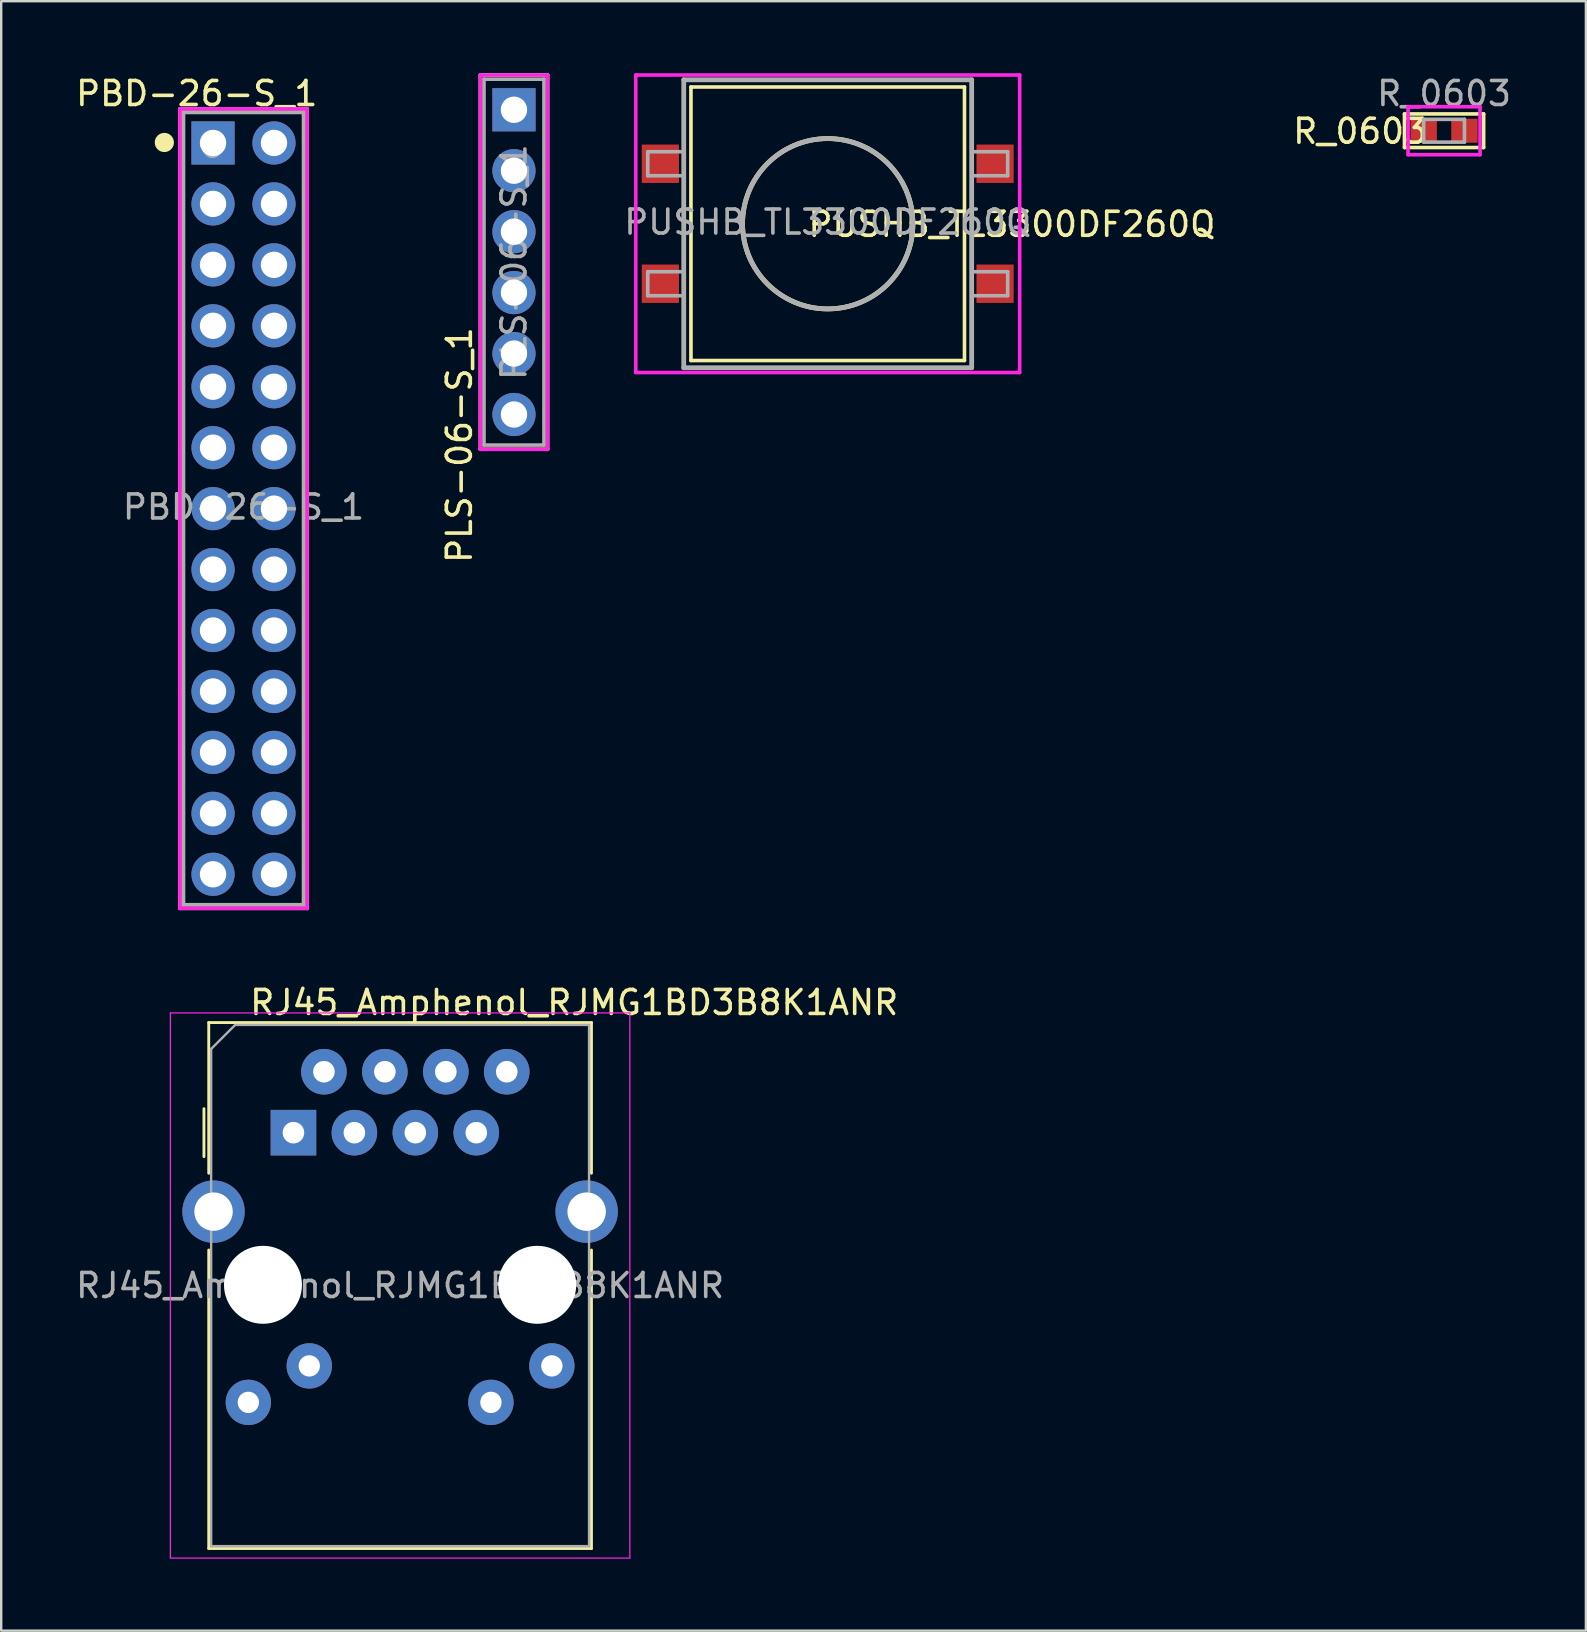
<source format=kicad_pcb>
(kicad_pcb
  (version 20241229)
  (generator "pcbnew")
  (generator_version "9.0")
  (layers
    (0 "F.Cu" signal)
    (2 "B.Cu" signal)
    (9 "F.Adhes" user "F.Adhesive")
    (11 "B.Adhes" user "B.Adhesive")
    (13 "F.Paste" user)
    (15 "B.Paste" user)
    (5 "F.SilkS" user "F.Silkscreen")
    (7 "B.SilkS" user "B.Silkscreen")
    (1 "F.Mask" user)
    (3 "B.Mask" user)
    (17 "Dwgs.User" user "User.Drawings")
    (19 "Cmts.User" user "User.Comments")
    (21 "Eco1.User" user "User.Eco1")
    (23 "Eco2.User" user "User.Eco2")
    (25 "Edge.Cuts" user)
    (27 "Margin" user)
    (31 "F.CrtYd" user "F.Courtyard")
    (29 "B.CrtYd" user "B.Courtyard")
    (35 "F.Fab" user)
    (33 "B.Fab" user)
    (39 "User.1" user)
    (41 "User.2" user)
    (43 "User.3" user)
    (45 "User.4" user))
  (footprint "PUSHB_TL3300DF260Q"
    (layer "F.Cu")
    (at 31.447 6.275)
    (property "Reference" "PUSHB_TL3300DF260Q" (at 7.675 0.025 180) (layer "F.SilkS") (effects (font (size 1 1) (thickness 0.15))))
    (attr through_hole)
    (fp_line (start -5.7 -5.7) (end 5.7 -5.7) (stroke (width 0.15) (type solid)) (layer "F.SilkS"))
    (fp_line (start -5.7 5.7) (end -5.7 -5.7) (stroke (width 0.15) (type solid)) (layer "F.SilkS"))
    (fp_line (start 5.7 -5.7) (end 5.7 5.7) (stroke (width 0.15) (type solid)) (layer "F.SilkS"))
    (fp_line (start 5.7 5.7) (end -5.7 5.7) (stroke (width 0.15) (type solid)) (layer "F.SilkS"))
    (fp_circle (center 0 0) (end 3.55 0) (stroke (width 0.2) (type solid)) (fill no) (layer "F.SilkS"))
    (fp_line (start -8 -6.2) (end 8 -6.2) (stroke (width 0.15) (type solid)) (layer "F.CrtYd"))
    (fp_line (start -8 6.2) (end -8 -6.2) (stroke (width 0.15) (type solid)) (layer "F.CrtYd"))
    (fp_line (start 8 -6.2) (end 8 6.2) (stroke (width 0.15) (type solid)) (layer "F.CrtYd"))
    (fp_line (start 8 6.2) (end -8 6.2) (stroke (width 0.15) (type solid)) (layer "F.CrtYd"))
    (fp_line (start -7.5 -3) (end -6 -3) (stroke (width 0.15) (type solid)) (layer "F.Fab"))
    (fp_line (start -7.5 -2) (end -7.5 -3) (stroke (width 0.15) (type solid)) (layer "F.Fab"))
    (fp_line (start -7.5 -2) (end -6 -2) (stroke (width 0.15) (type solid)) (layer "F.Fab"))
    (fp_line (start -7.5 2) (end -6 2) (stroke (width 0.15) (type solid)) (layer "F.Fab"))
    (fp_line (start -7.5 3) (end -7.5 2) (stroke (width 0.15) (type solid)) (layer "F.Fab"))
    (fp_line (start -7.5 3) (end -6 3) (stroke (width 0.15) (type solid)) (layer "F.Fab"))
    (fp_line (start -6 -6) (end 6 -6) (stroke (width 0.2) (type solid)) (layer "F.Fab"))
    (fp_line (start -6 6) (end -6 -6) (stroke (width 0.2) (type solid)) (layer "F.Fab"))
    (fp_line (start -6 6) (end 6 6) (stroke (width 0.2) (type solid)) (layer "F.Fab"))
    (fp_line (start 6 6) (end 6 -6) (stroke (width 0.2) (type solid)) (layer "F.Fab"))
    (fp_line (start 7.5 -3) (end 6 -3) (stroke (width 0.15) (type solid)) (layer "F.Fab"))
    (fp_line (start 7.5 -3) (end 7.5 -2) (stroke (width 0.15) (type solid)) (layer "F.Fab"))
    (fp_line (start 7.5 -2) (end 6 -2) (stroke (width 0.15) (type solid)) (layer "F.Fab"))
    (fp_line (start 7.5 2) (end 6 2) (stroke (width 0.15) (type solid)) (layer "F.Fab"))
    (fp_line (start 7.5 2) (end 7.5 3) (stroke (width 0.15) (type solid)) (layer "F.Fab"))
    (fp_line (start 7.5 3) (end 6 3) (stroke (width 0.15) (type solid)) (layer "F.Fab"))
    (fp_circle (center 0 0) (end 3.55 0) (stroke (width 0.2) (type solid)) (fill no) (layer "F.Fab"))
    (fp_text user "${REFERENCE}" (at 0 -0.068 180) (layer "F.Fab") (effects (font (size 1 1) (thickness 0.15))))
    (pad "1" smd rect (at -6.975 -2.5) (size 1.55 1.6) (layers "F.Cu" "F.Mask" "F.Paste"))
    (pad "2" smd rect (at 6.975 -2.5) (size 1.55 1.6) (layers "F.Cu" "F.Mask" "F.Paste"))
    (pad "3" smd rect (at -6.975 2.5) (size 1.55 1.6) (layers "F.Cu" "F.Mask" "F.Paste"))
    (pad "4" smd rect (at 6.975 2.5) (size 1.55 1.6) (layers "F.Cu" "F.Mask" "F.Paste")))
  (footprint "R_0603"
    (layer "F.Cu")
    (at 57.134 2.398)
    (property "Reference" "R_0603" (at -3.5 0.025 0) (layer "F.SilkS") (effects (font (size 1 1) (thickness 0.15))))
    (attr through_hole)
    (fp_line (start -1.65 -0.7) (end 1.65 -0.7) (stroke (width 0.15) (type solid)) (layer "F.SilkS"))
    (fp_line (start -1.65 0.7) (end -1.65 -0.7) (stroke (width 0.15) (type solid)) (layer "F.SilkS"))
    (fp_line (start 1.65 -0.7) (end 1.65 0.7) (stroke (width 0.15) (type solid)) (layer "F.SilkS"))
    (fp_line (start 1.65 0.7) (end -1.65 0.7) (stroke (width 0.15) (type solid)) (layer "F.SilkS"))
    (fp_line (start -1.5 -1) (end 1.5 -1) (stroke (width 0.15) (type solid)) (layer "F.CrtYd"))
    (fp_line (start -1.5 1) (end -1.5 -1) (stroke (width 0.15) (type solid)) (layer "F.CrtYd"))
    (fp_line (start 1.5 -1) (end 1.5 1) (stroke (width 0.15) (type solid)) (layer "F.CrtYd"))
    (fp_line (start 1.5 1) (end -1.5 1) (stroke (width 0.15) (type solid)) (layer "F.CrtYd"))
    (fp_line (start -0.85 -0.475) (end 0.85 -0.475) (stroke (width 0.15) (type solid)) (layer "F.Fab"))
    (fp_line (start -0.85 0.475) (end -0.85 -0.475) (stroke (width 0.15) (type solid)) (layer "F.Fab"))
    (fp_line (start 0.85 -0.475) (end 0.85 0.475) (stroke (width 0.15) (type solid)) (layer "F.Fab"))
    (fp_line (start 0.85 0.475) (end -0.85 0.475) (stroke (width 0.15) (type solid)) (layer "F.Fab"))
    (fp_text user "${REFERENCE}" (at 0 -1.55 0) (layer "F.Fab") (effects (font (size 1 1) (thickness 0.15))))
    (pad "1" smd rect (at -0.85 0) (size 1.1 1) (layers "F.Cu" "F.Mask" "F.Paste"))
    (pad "2" smd rect (at 0.85 0) (size 1.1 1) (layers "F.Cu" "F.Mask" "F.Paste")))
  (footprint "PLS-06-S_1"
    (layer "F.Cu")
    (at 18.371 7.875)
    (property "Reference" "PLS-06-S_1" (at -2.275 7.625 270) (layer "F.SilkS") (effects (font (size 1 1) (thickness 0.15))))
    (attr through_hole)
    (fp_line (start -1.4 -7.8) (end 1.4 -7.8) (stroke (width 0.15) (type solid)) (layer "F.SilkS"))
    (fp_line (start -1.4 7.8) (end -1.4 -7.8) (stroke (width 0.15) (type solid)) (layer "F.SilkS"))
    (fp_line (start 1.4 -7.8) (end 1.4 7.8) (stroke (width 0.15) (type solid)) (layer "F.SilkS"))
    (fp_line (start 1.4 7.8) (end -1.4 7.8) (stroke (width 0.15) (type solid)) (layer "F.SilkS"))
    (fp_line (start -1.4 -7.8) (end 1.4 -7.8) (stroke (width 0.15) (type solid)) (layer "F.CrtYd"))
    (fp_line (start -1.4 7.8) (end -1.4 -7.8) (stroke (width 0.15) (type solid)) (layer "F.CrtYd"))
    (fp_line (start 1.4 -7.8) (end 1.4 7.8) (stroke (width 0.15) (type solid)) (layer "F.CrtYd"))
    (fp_line (start 1.4 7.8) (end -1.4 7.8) (stroke (width 0.15) (type solid)) (layer "F.CrtYd"))
    (fp_line (start -1.25 -7.625) (end 1.25 -7.625) (stroke (width 0.15) (type solid)) (layer "F.Fab"))
    (fp_line (start -1.25 7.625) (end -1.25 -7.625) (stroke (width 0.15) (type solid)) (layer "F.Fab"))
    (fp_line (start 1.25 -7.625) (end 1.25 7.625) (stroke (width 0.15) (type solid)) (layer "F.Fab"))
    (fp_line (start 1.25 7.625) (end -1.25 7.625) (stroke (width 0.15) (type solid)) (layer "F.Fab"))
    (fp_circle (center 0 -6.4) (end 0.2 -6.4) (stroke (width 0.4) (type solid)) (fill no) (layer "F.Fab"))
    (fp_text user "${REFERENCE}" (at 0 0 270) (layer "F.Fab") (effects (font (size 1 1) (thickness 0.15))))
    (pad "1" thru_hole rect (at 0 -6.35) (size 1.8 1.8) (drill 1.1) (layers "*.Cu" "*.Mask"))
    (pad "2" thru_hole circle (at 0 -3.81) (size 1.8 1.8) (drill 1.1) (layers "*.Cu" "*.Mask"))
    (pad "3" thru_hole circle (at 0 -1.27) (size 1.8 1.8) (drill 1.1) (layers "*.Cu" "*.Mask"))
    (pad "4" thru_hole circle (at 0 1.27) (size 1.8 1.8) (drill 1.1) (layers "*.Cu" "*.Mask"))
    (pad "5" thru_hole circle (at 0 3.81) (size 1.8 1.8) (drill 1.1) (layers "*.Cu" "*.Mask"))
    (pad "6" thru_hole circle (at 0 6.35) (size 1.8 1.8) (drill 1.1) (layers "*.Cu" "*.Mask")))
  (footprint "RJ45_Amphenol_RJMG1BD3B8K1ANR"
    (layer "F.Cu")
    (at 9.18 44.157)
    (property "Reference" "RJ45_Amphenol_RJMG1BD3B8K1ANR" (at 11.7 -5.425 0) (layer "F.SilkS") (effects (font (size 1 1) (thickness 0.15))))
    (attr through_hole)
    (fp_line (start -3.73 -1) (end -3.73 1) (stroke (width 0.12) (type solid)) (layer "F.SilkS"))
    (fp_line (start -3.53 -4.59) (end 12.42 -4.59) (stroke (width 0.12) (type solid)) (layer "F.SilkS"))
    (fp_line (start -3.53 1.69) (end -3.53 -4.59) (stroke (width 0.12) (type solid)) (layer "F.SilkS"))
    (fp_line (start -3.53 17.33) (end -3.53 4.89) (stroke (width 0.12) (type solid)) (layer "F.SilkS"))
    (fp_line (start 12.42 -4.59) (end 12.42 1.69) (stroke (width 0.12) (type solid)) (layer "F.SilkS"))
    (fp_line (start 12.42 4.89) (end 12.42 17.33) (stroke (width 0.12) (type solid)) (layer "F.SilkS"))
    (fp_line (start 12.42 17.33) (end -3.53 17.33) (stroke (width 0.12) (type solid)) (layer "F.SilkS"))
    (fp_line (start -5.13 -4.99) (end -5.13 17.73) (stroke (width 0.05) (type solid)) (layer "F.CrtYd"))
    (fp_line (start -5.13 17.73) (end 14.02 17.73) (stroke (width 0.05) (type solid)) (layer "F.CrtYd"))
    (fp_line (start 14.02 -4.99) (end -5.13 -4.99) (stroke (width 0.05) (type solid)) (layer "F.CrtYd"))
    (fp_line (start 14.02 17.73) (end 14.02 -4.99) (stroke (width 0.05) (type solid)) (layer "F.CrtYd"))
    (fp_line (start -3.43 -3.49) (end -2.43 -4.49) (stroke (width 0.1) (type solid)) (layer "F.Fab"))
    (fp_line (start -3.43 17.23) (end -3.43 -3.49) (stroke (width 0.1) (type solid)) (layer "F.Fab"))
    (fp_line (start -2.43 -4.49) (end 12.32 -4.49) (stroke (width 0.1) (type solid)) (layer "F.Fab"))
    (fp_line (start 12.32 -4.49) (end 12.32 17.23) (stroke (width 0.1) (type solid)) (layer "F.Fab"))
    (fp_line (start 12.32 17.23) (end -3.43 17.23) (stroke (width 0.1) (type solid)) (layer "F.Fab"))
    (fp_text user "${REFERENCE}" (at 4.445 6.37 0) (layer "F.Fab") (effects (font (size 1 1) (thickness 0.15))))
    (pad "" np_thru_hole circle (at -1.27 6.34) (size 3.25 3.25) (drill 3.25) (layers "*.Cu" "*.Mask"))
    (pad "" np_thru_hole circle (at 10.16 6.34) (size 3.25 3.25) (drill 3.25) (layers "*.Cu" "*.Mask"))
    (pad "13" thru_hole circle (at -3.33 3.29) (size 2.6 2.6) (drill 1.6) (layers "*.Cu" "*.Mask"))
    (pad "13" thru_hole circle (at 12.22 3.29) (size 2.6 2.6) (drill 1.6) (layers "*.Cu" "*.Mask"))
    (pad "L1" thru_hole circle (at 10.77 9.72) (size 1.89 1.89) (drill 0.89) (layers "*.Cu" "*.Mask"))
    (pad "L2" thru_hole circle (at 8.23 11.24) (size 1.89 1.89) (drill 0.89) (layers "*.Cu" "*.Mask"))
    (pad "L3" thru_hole circle (at 0.66 9.72) (size 1.89 1.89) (drill 0.89) (layers "*.Cu" "*.Mask"))
    (pad "L4" thru_hole circle (at -1.88 11.24) (size 1.89 1.89) (drill 0.89) (layers "*.Cu" "*.Mask"))
    (pad "R1" thru_hole rect (at 0 0) (size 1.9 1.9) (drill 0.9) (layers "*.Cu" "*.Mask"))
    (pad "R2" thru_hole circle (at 1.27 -2.54) (size 1.9 1.9) (drill 0.9) (layers "*.Cu" "*.Mask"))
    (pad "R3" thru_hole circle (at 2.54 0) (size 1.9 1.9) (drill 0.9) (layers "*.Cu" "*.Mask"))
    (pad "R4" thru_hole circle (at 3.81 -2.54) (size 1.9 1.9) (drill 0.9) (layers "*.Cu" "*.Mask"))
    (pad "R5" thru_hole circle (at 5.08 0) (size 1.9 1.9) (drill 0.9) (layers "*.Cu" "*.Mask"))
    (pad "R6" thru_hole circle (at 6.35 -2.54) (size 1.9 1.9) (drill 0.9) (layers "*.Cu" "*.Mask"))
    (pad "R7" thru_hole circle (at 7.62 0) (size 1.9 1.9) (drill 0.9) (layers "*.Cu" "*.Mask"))
    (pad "R8" thru_hole circle (at 8.89 -2.54) (size 1.9 1.9) (drill 0.9) (layers "*.Cu" "*.Mask")))
  (footprint "PBD-26-S_1"
    (layer "F.Cu")
    (at 7.099 18.148)
    (property "Reference" "PBD-26-S_1" (at -1.95 -17.3 0) (layer "F.SilkS") (effects (font (size 1 1) (thickness 0.15))))
    (attr through_hole)
    (fp_line (start -2.65 -16.66) (end -2.65 16.66) (stroke (width 0.15) (type solid)) (layer "F.SilkS"))
    (fp_line (start -2.65 16.66) (end 2.65 16.66) (stroke (width 0.15) (type solid)) (layer "F.SilkS"))
    (fp_line (start 2.65 -16.66) (end -2.65 -16.66) (stroke (width 0.15) (type solid)) (layer "F.SilkS"))
    (fp_line (start 2.65 16.66) (end 2.65 -16.66) (stroke (width 0.15) (type solid)) (layer "F.SilkS"))
    (fp_circle (center -3.3 -15.26) (end -3.1 -15.26) (stroke (width 0.4) (type solid)) (fill no) (layer "F.SilkS"))
    (fp_line (start -2.65 -16.66) (end -2.65 16.66) (stroke (width 0.15) (type solid)) (layer "F.CrtYd"))
    (fp_line (start -2.65 16.66) (end 2.65 16.66) (stroke (width 0.15) (type solid)) (layer "F.CrtYd"))
    (fp_line (start 2.65 -16.66) (end -2.65 -16.66) (stroke (width 0.15) (type solid)) (layer "F.CrtYd"))
    (fp_line (start 2.65 16.66) (end 2.65 -16.66) (stroke (width 0.15) (type solid)) (layer "F.CrtYd"))
    (fp_line (start -2.5 -16.51) (end 2.5 -16.51) (stroke (width 0.15) (type solid)) (layer "F.Fab"))
    (fp_line (start -2.5 16.51) (end -2.5 -16.51) (stroke (width 0.15) (type solid)) (layer "F.Fab"))
    (fp_line (start 2.5 -16.51) (end 2.5 16.51) (stroke (width 0.15) (type solid)) (layer "F.Fab"))
    (fp_line (start 2.5 16.51) (end -2.5 16.51) (stroke (width 0.15) (type solid)) (layer "F.Fab"))
    (fp_circle (center -1.3 -15.01) (end -1.1 -15.01) (stroke (width 0.4) (type solid)) (fill no) (layer "F.Fab"))
    (fp_text user "${REFERENCE}" (at 0 -0.068 0) (layer "F.Fab") (effects (font (size 1 1) (thickness 0.15))))
    (pad "1" thru_hole rect (at -1.27 -15.24) (size 1.8 1.8) (drill 1.1) (layers "*.Cu" "*.Mask"))
    (pad "2" thru_hole circle (at 1.27 -15.24) (size 1.8 1.8) (drill 1.1) (layers "*.Cu" "*.Mask"))
    (pad "3" thru_hole circle (at -1.27 -12.7) (size 1.8 1.8) (drill 1.1) (layers "*.Cu" "*.Mask"))
    (pad "4" thru_hole circle (at 1.27 -12.7) (size 1.8 1.8) (drill 1.1) (layers "*.Cu" "*.Mask"))
    (pad "5" thru_hole circle (at -1.27 -10.16) (size 1.8 1.8) (drill 1.1) (layers "*.Cu" "*.Mask"))
    (pad "6" thru_hole circle (at 1.27 -10.16) (size 1.8 1.8) (drill 1.1) (layers "*.Cu" "*.Mask"))
    (pad "7" thru_hole circle (at -1.27 -7.62) (size 1.8 1.8) (drill 1.1) (layers "*.Cu" "*.Mask"))
    (pad "8" thru_hole circle (at 1.27 -7.62) (size 1.8 1.8) (drill 1.1) (layers "*.Cu" "*.Mask"))
    (pad "9" thru_hole circle (at -1.27 -5.08) (size 1.8 1.8) (drill 1.1) (layers "*.Cu" "*.Mask"))
    (pad "10" thru_hole circle (at 1.27 -5.08) (size 1.8 1.8) (drill 1.1) (layers "*.Cu" "*.Mask"))
    (pad "11" thru_hole circle (at -1.27 -2.54) (size 1.8 1.8) (drill 1.1) (layers "*.Cu" "*.Mask"))
    (pad "12" thru_hole circle (at 1.27 -2.54) (size 1.8 1.8) (drill 1.1) (layers "*.Cu" "*.Mask"))
    (pad "13" thru_hole circle (at -1.27 0) (size 1.8 1.8) (drill 1.1) (layers "*.Cu" "*.Mask"))
    (pad "14" thru_hole circle (at 1.27 0) (size 1.8 1.8) (drill 1.1) (layers "*.Cu" "*.Mask"))
    (pad "15" thru_hole circle (at -1.27 2.54) (size 1.8 1.8) (drill 1.1) (layers "*.Cu" "*.Mask"))
    (pad "16" thru_hole circle (at 1.27 2.54) (size 1.8 1.8) (drill 1.1) (layers "*.Cu" "*.Mask"))
    (pad "17" thru_hole circle (at -1.27 5.08) (size 1.8 1.8) (drill 1.1) (layers "*.Cu" "*.Mask"))
    (pad "18" thru_hole circle (at 1.27 5.08) (size 1.8 1.8) (drill 1.1) (layers "*.Cu" "*.Mask"))
    (pad "19" thru_hole circle (at -1.27 7.62) (size 1.8 1.8) (drill 1.1) (layers "*.Cu" "*.Mask"))
    (pad "20" thru_hole circle (at 1.27 7.62) (size 1.8 1.8) (drill 1.1) (layers "*.Cu" "*.Mask"))
    (pad "21" thru_hole circle (at -1.27 10.16) (size 1.8 1.8) (drill 1.1) (layers "*.Cu" "*.Mask"))
    (pad "22" thru_hole circle (at 1.27 10.16) (size 1.8 1.8) (drill 1.1) (layers "*.Cu" "*.Mask"))
    (pad "23" thru_hole circle (at -1.27 12.7) (size 1.8 1.8) (drill 1.1) (layers "*.Cu" "*.Mask"))
    (pad "24" thru_hole circle (at 1.27 12.7) (size 1.8 1.8) (drill 1.1) (layers "*.Cu" "*.Mask"))
    (pad "25" thru_hole circle (at -1.27 15.24) (size 1.8 1.8) (drill 1.1) (layers "*.Cu" "*.Mask"))
    (pad "26" thru_hole circle (at 1.27 15.24) (size 1.8 1.8) (drill 1.1) (layers "*.Cu" "*.Mask")))
  (gr_rect
    (start -3 -3)
    (end 63.045 64.912)
    (stroke (width 0.1) (type default))
    (fill no)
    (layer "Edge.Cuts")))
</source>
